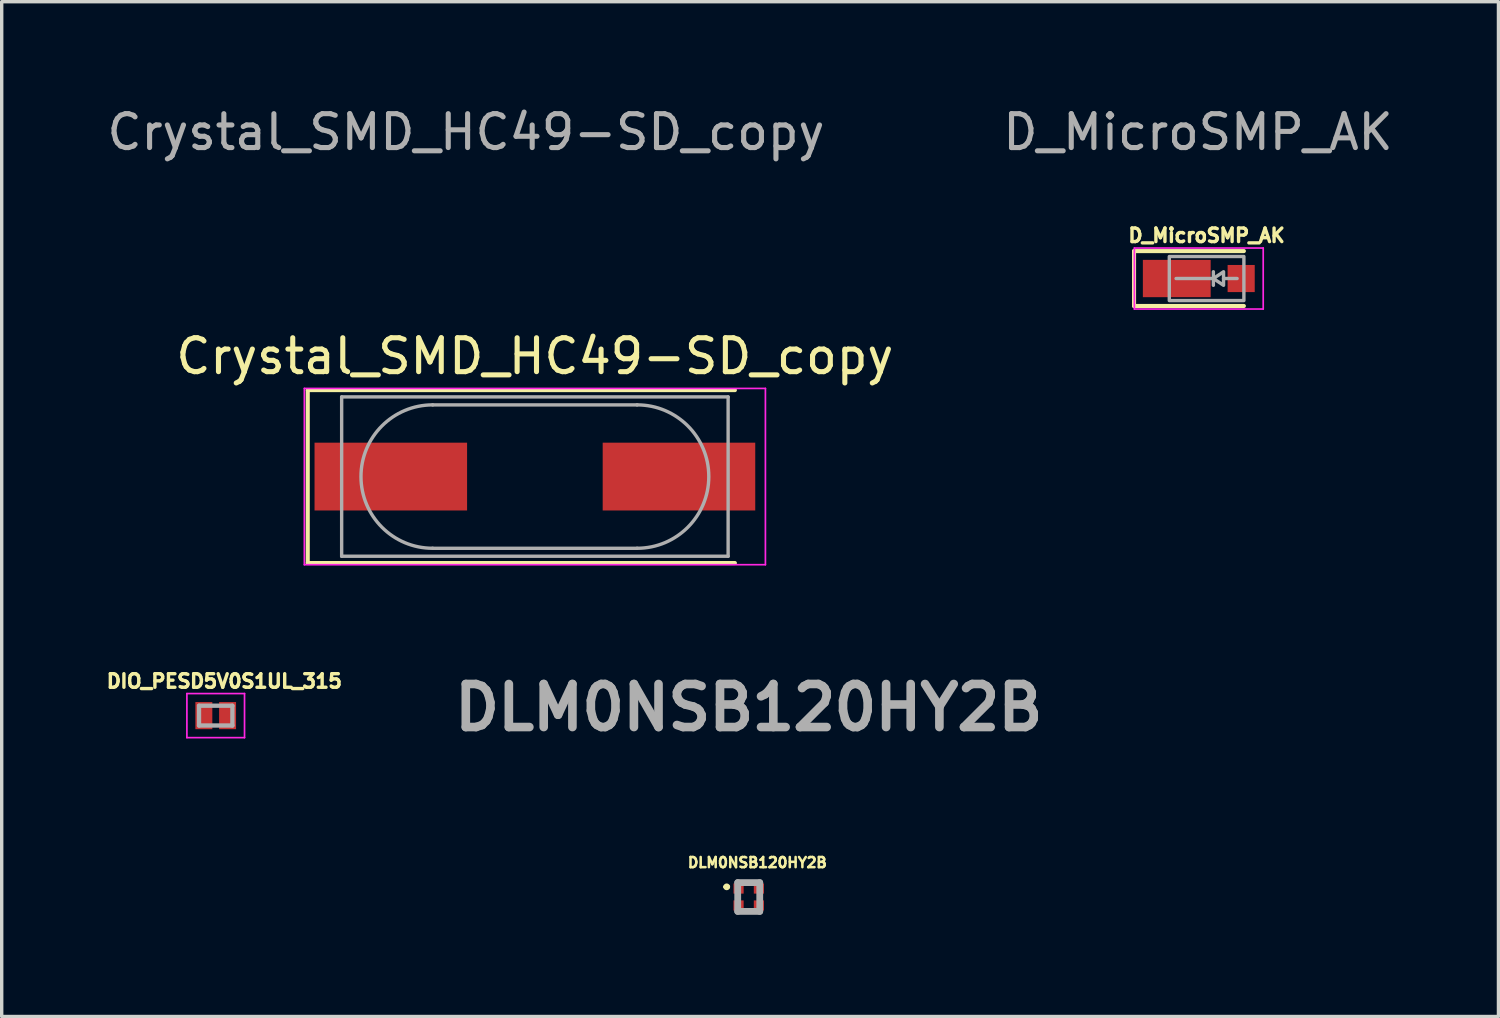
<source format=kicad_pcb>
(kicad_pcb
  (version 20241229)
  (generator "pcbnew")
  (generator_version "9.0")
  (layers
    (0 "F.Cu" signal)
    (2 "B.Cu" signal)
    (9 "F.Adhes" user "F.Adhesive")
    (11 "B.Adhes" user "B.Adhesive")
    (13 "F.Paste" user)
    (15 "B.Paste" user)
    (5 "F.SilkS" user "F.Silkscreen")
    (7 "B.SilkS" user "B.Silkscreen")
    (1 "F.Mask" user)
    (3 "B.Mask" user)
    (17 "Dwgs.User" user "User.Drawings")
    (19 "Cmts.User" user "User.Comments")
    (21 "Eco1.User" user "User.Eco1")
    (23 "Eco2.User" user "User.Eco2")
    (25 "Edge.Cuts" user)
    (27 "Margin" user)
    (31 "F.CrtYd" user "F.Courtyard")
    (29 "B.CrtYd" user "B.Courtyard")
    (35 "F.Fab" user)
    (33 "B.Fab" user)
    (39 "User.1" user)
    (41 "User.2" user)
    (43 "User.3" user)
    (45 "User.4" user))
  (footprint "DLM0NSB120HY2B"
    (layer "F.Cu")
    (at 19.036 23.41)
    (property "Reference" "DLM0NSB120HY2B" (at 0.254 -1.016 0) (layer "F.SilkS") (effects (font (size 0.3 0.3) (thickness 0.075))))
    (attr smd)
    (fp_line (start -0.7 -0.3) (end -0.7 -0.3) (stroke (width 0.1) (type solid)) (layer "F.SilkS"))
    (fp_line (start -0.6 -0.3) (end -0.6 -0.3) (stroke (width 0.1) (type solid)) (layer "F.SilkS"))
    (fp_line (start -0.1 -0.425) (end 0.1 -0.425) (stroke (width 0.1) (type solid)) (layer "F.SilkS"))
    (fp_line (start -0.1 0.425) (end 0.1 0.425) (stroke (width 0.1) (type solid)) (layer "F.SilkS"))
    (fp_arc (start -0.7 -0.3) (mid -0.65 -0.35) (end -0.6 -0.3) (stroke (width 0.1) (type solid)) (layer "F.SilkS"))
    (fp_arc (start -0.6 -0.3) (mid -0.65 -0.25) (end -0.7 -0.3) (stroke (width 0.1) (type solid)) (layer "F.SilkS"))
    (fp_line (start -0.325 -0.425) (end 0.325 -0.425) (stroke (width 0.2) (type solid)) (layer "F.Fab"))
    (fp_line (start -0.325 0.425) (end -0.325 -0.425) (stroke (width 0.2) (type solid)) (layer "F.Fab"))
    (fp_line (start 0.325 -0.425) (end 0.325 0.425) (stroke (width 0.2) (type solid)) (layer "F.Fab"))
    (fp_line (start 0.325 0.425) (end -0.325 0.425) (stroke (width 0.2) (type solid)) (layer "F.Fab"))
    (fp_text user "${REFERENCE}" (at 0 -5.588 0) (layer "F.Fab") (effects (font (size 1.27 1.27) (thickness 0.254))))
    (pad "1" smd rect (at -0.3 -0.25 90) (size 0.3 0.3) (layers "F.Cu" "F.Mask" "F.Paste"))
    (pad "2" smd rect (at 0.3 -0.25 90) (size 0.3 0.3) (layers "F.Cu" "F.Mask" "F.Paste"))
    (pad "3" smd rect (at 0.3 0.25 90) (size 0.3 0.3) (layers "F.Cu" "F.Mask" "F.Paste"))
    (pad "4" smd rect (at -0.3 0.25 90) (size 0.3 0.3) (layers "F.Cu" "F.Mask" "F.Paste")))
  (footprint "DIO_PESD5V0S1UL_315"
    (layer "F.Cu")
    (at 3.313 18.059)
    (property "Reference" "DIO_PESD5V0S1UL_315" (at 0.254 -1.016 0) (layer "F.SilkS") (effects (font (size 0.4 0.4) (thickness 0.1))))
    (attr smd)
    (fp_poly (pts (xy -0.15 -0.3) (xy -0.15 0.3) (xy -0.15 0.303) (xy -0.15 0.305) (xy -0.151 0.308) (xy -0.151 0.31) (xy -0.152 0.313) (xy -0.152 0.315) (xy -0.153 0.318) (xy -0.154 0.32) (xy -0.155 0.323) (xy -0.157 0.325) (xy -0.158 0.327) (xy -0.16 0.329) (xy -0.161 0.331) (xy -0.163 0.333) (xy -0.165 0.335) (xy -0.167 0.337) (xy -0.169 0.339) (xy -0.171 0.34) (xy -0.173 0.342) (xy -0.175 0.343) (xy -0.177 0.345) (xy -0.18 0.346) (xy -0.182 0.347) (xy -0.185 0.348) (xy -0.187 0.348) (xy -0.19 0.349) (xy -0.192 0.349) (xy -0.195 0.35) (xy -0.197 0.35) (xy -0.2 0.35) (xy -0.5 0.35) (xy -0.503 0.35) (xy -0.505 0.35) (xy -0.508 0.349) (xy -0.51 0.349) (xy -0.513 0.348) (xy -0.515 0.348) (xy -0.518 0.347) (xy -0.52 0.346) (xy -0.523 0.345) (xy -0.525 0.343) (xy -0.527 0.342) (xy -0.529 0.34) (xy -0.531 0.339) (xy -0.533 0.337) (xy -0.535 0.335) (xy -0.537 0.333) (xy -0.539 0.331) (xy -0.54 0.329) (xy -0.542 0.327) (xy -0.543 0.325) (xy -0.545 0.323) (xy -0.546 0.32) (xy -0.547 0.318) (xy -0.548 0.315) (xy -0.548 0.313) (xy -0.549 0.31) (xy -0.549 0.308) (xy -0.55 0.305) (xy -0.55 0.303) (xy -0.55 0.3) (xy -0.55 -0.3) (xy -0.55 -0.303) (xy -0.55 -0.305) (xy -0.549 -0.308) (xy -0.549 -0.31) (xy -0.548 -0.313) (xy -0.548 -0.315) (xy -0.547 -0.318) (xy -0.546 -0.32) (xy -0.545 -0.323) (xy -0.543 -0.325) (xy -0.542 -0.327) (xy -0.54 -0.329) (xy -0.539 -0.331) (xy -0.537 -0.333) (xy -0.535 -0.335) (xy -0.533 -0.337) (xy -0.531 -0.339) (xy -0.529 -0.34) (xy -0.527 -0.342) (xy -0.525 -0.343) (xy -0.523 -0.345) (xy -0.52 -0.346) (xy -0.518 -0.347) (xy -0.515 -0.348) (xy -0.513 -0.348) (xy -0.51 -0.349) (xy -0.508 -0.349) (xy -0.505 -0.35) (xy -0.503 -0.35) (xy -0.5 -0.35) (xy -0.2 -0.35) (xy -0.197 -0.35) (xy -0.195 -0.35) (xy -0.192 -0.349) (xy -0.19 -0.349) (xy -0.187 -0.348) (xy -0.185 -0.348) (xy -0.182 -0.347) (xy -0.18 -0.346) (xy -0.177 -0.345) (xy -0.175 -0.343) (xy -0.173 -0.342) (xy -0.171 -0.34) (xy -0.169 -0.339) (xy -0.167 -0.337) (xy -0.165 -0.335) (xy -0.163 -0.333) (xy -0.161 -0.331) (xy -0.16 -0.329) (xy -0.158 -0.327) (xy -0.157 -0.325) (xy -0.155 -0.323) (xy -0.154 -0.32) (xy -0.153 -0.318) (xy -0.152 -0.315) (xy -0.152 -0.313) (xy -0.151 -0.31) (xy -0.151 -0.308) (xy -0.15 -0.305) (xy -0.15 -0.303) (xy -0.15 -0.3)) (stroke (width 0.01) (type solid)) (fill yes) (layer "F.Mask"))
    (fp_poly (pts (xy 0.55 -0.3) (xy 0.55 0.3) (xy 0.55 0.303) (xy 0.55 0.305) (xy 0.549 0.308) (xy 0.549 0.31) (xy 0.548 0.313) (xy 0.548 0.315) (xy 0.547 0.318) (xy 0.546 0.32) (xy 0.545 0.323) (xy 0.543 0.325) (xy 0.542 0.327) (xy 0.54 0.329) (xy 0.539 0.331) (xy 0.537 0.333) (xy 0.535 0.335) (xy 0.533 0.337) (xy 0.531 0.339) (xy 0.529 0.34) (xy 0.527 0.342) (xy 0.525 0.343) (xy 0.523 0.345) (xy 0.52 0.346) (xy 0.518 0.347) (xy 0.515 0.348) (xy 0.513 0.348) (xy 0.51 0.349) (xy 0.508 0.349) (xy 0.505 0.35) (xy 0.503 0.35) (xy 0.5 0.35) (xy 0.2 0.35) (xy 0.197 0.35) (xy 0.195 0.35) (xy 0.192 0.349) (xy 0.19 0.349) (xy 0.187 0.348) (xy 0.185 0.348) (xy 0.182 0.347) (xy 0.18 0.346) (xy 0.177 0.345) (xy 0.175 0.343) (xy 0.173 0.342) (xy 0.171 0.34) (xy 0.169 0.339) (xy 0.167 0.337) (xy 0.165 0.335) (xy 0.163 0.333) (xy 0.161 0.331) (xy 0.16 0.329) (xy 0.158 0.327) (xy 0.157 0.325) (xy 0.155 0.323) (xy 0.154 0.32) (xy 0.153 0.318) (xy 0.152 0.315) (xy 0.152 0.313) (xy 0.151 0.31) (xy 0.151 0.308) (xy 0.15 0.305) (xy 0.15 0.303) (xy 0.15 0.3) (xy 0.15 -0.3) (xy 0.15 -0.303) (xy 0.15 -0.305) (xy 0.151 -0.308) (xy 0.151 -0.31) (xy 0.152 -0.313) (xy 0.152 -0.315) (xy 0.153 -0.318) (xy 0.154 -0.32) (xy 0.155 -0.323) (xy 0.157 -0.325) (xy 0.158 -0.327) (xy 0.16 -0.329) (xy 0.161 -0.331) (xy 0.163 -0.333) (xy 0.165 -0.335) (xy 0.167 -0.337) (xy 0.169 -0.339) (xy 0.171 -0.34) (xy 0.173 -0.342) (xy 0.175 -0.343) (xy 0.177 -0.345) (xy 0.18 -0.346) (xy 0.182 -0.347) (xy 0.185 -0.348) (xy 0.187 -0.348) (xy 0.19 -0.349) (xy 0.192 -0.349) (xy 0.195 -0.35) (xy 0.197 -0.35) (xy 0.2 -0.35) (xy 0.5 -0.35) (xy 0.503 -0.35) (xy 0.505 -0.35) (xy 0.508 -0.349) (xy 0.51 -0.349) (xy 0.513 -0.348) (xy 0.515 -0.348) (xy 0.518 -0.347) (xy 0.52 -0.346) (xy 0.523 -0.345) (xy 0.525 -0.343) (xy 0.527 -0.342) (xy 0.529 -0.34) (xy 0.531 -0.339) (xy 0.533 -0.337) (xy 0.535 -0.335) (xy 0.537 -0.333) (xy 0.539 -0.331) (xy 0.54 -0.329) (xy 0.542 -0.327) (xy 0.543 -0.325) (xy 0.545 -0.323) (xy 0.546 -0.32) (xy 0.547 -0.318) (xy 0.548 -0.315) (xy 0.548 -0.313) (xy 0.549 -0.31) (xy 0.549 -0.308) (xy 0.55 -0.305) (xy 0.55 -0.303) (xy 0.55 -0.3)) (stroke (width 0.01) (type solid)) (fill yes) (layer "F.Mask"))
    (fp_poly (pts (xy -0.5 -0.3) (xy -0.2 -0.3) (xy -0.2 0.3) (xy -0.5 0.3)) (stroke (width 0.01) (type solid)) (fill yes) (layer "F.Paste"))
    (fp_poly (pts (xy 0.2 -0.3) (xy 0.5 -0.3) (xy 0.5 0.3) (xy 0.2 0.3)) (stroke (width 0.01) (type solid)) (fill yes) (layer "F.Paste"))
    (fp_line (start -0.85 -0.65) (end 0.85 -0.65) (stroke (width 0.05) (type solid)) (layer "F.CrtYd"))
    (fp_line (start -0.85 0.65) (end -0.85 -0.65) (stroke (width 0.05) (type solid)) (layer "F.CrtYd"))
    (fp_line (start 0.85 -0.65) (end 0.85 0.65) (stroke (width 0.05) (type solid)) (layer "F.CrtYd"))
    (fp_line (start 0.85 0.65) (end -0.85 0.65) (stroke (width 0.05) (type solid)) (layer "F.CrtYd"))
    (fp_line (start -0.492 -0.292) (end 0.492 -0.292) (stroke (width 0.127) (type solid)) (layer "F.Fab"))
    (fp_line (start -0.492 0.292) (end -0.492 -0.292) (stroke (width 0.127) (type solid)) (layer "F.Fab"))
    (fp_line (start 0.492 -0.292) (end 0.492 0.292) (stroke (width 0.127) (type solid)) (layer "F.Fab"))
    (fp_line (start 0.492 0.292) (end -0.492 0.292) (stroke (width 0.127) (type solid)) (layer "F.Fab"))
    (pad "1" smd rect (at -0.35 0) (size 0.5 0.8) (layers "F.Cu"))
    (pad "2" smd rect (at 0.35 0) (size 0.5 0.8) (layers "F.Cu")))
  (footprint "Crystal_SMD_HC49-SD_copy"
    (layer "F.Cu")
    (at 12.728 11.008)
    (property "Reference" "Crystal_SMD_HC49-SD_copy" (at 0 -3.55 0) (layer "F.SilkS") (effects (font (size 1 1) (thickness 0.15))))
    (attr smd)
    (fp_line (start -6.7 -2.55) (end -6.7 2.55) (stroke (width 0.12) (type solid)) (layer "F.SilkS"))
    (fp_line (start -6.7 2.55) (end 5.9 2.55) (stroke (width 0.12) (type solid)) (layer "F.SilkS"))
    (fp_line (start 5.9 -2.55) (end -6.7 -2.55) (stroke (width 0.12) (type solid)) (layer "F.SilkS"))
    (fp_line (start -6.8 -2.6) (end -6.8 2.6) (stroke (width 0.05) (type solid)) (layer "F.CrtYd"))
    (fp_line (start -6.8 2.6) (end 6.8 2.6) (stroke (width 0.05) (type solid)) (layer "F.CrtYd"))
    (fp_line (start 6.8 -2.6) (end -6.8 -2.6) (stroke (width 0.05) (type solid)) (layer "F.CrtYd"))
    (fp_line (start 6.8 2.6) (end 6.8 -2.6) (stroke (width 0.05) (type solid)) (layer "F.CrtYd"))
    (fp_line (start -5.7 -2.35) (end -5.7 2.35) (stroke (width 0.1) (type solid)) (layer "F.Fab"))
    (fp_line (start -5.7 2.35) (end 5.7 2.35) (stroke (width 0.1) (type solid)) (layer "F.Fab"))
    (fp_line (start -3.015 -2.115) (end 3.015 -2.115) (stroke (width 0.1) (type solid)) (layer "F.Fab"))
    (fp_line (start -3.015 2.115) (end 3.015 2.115) (stroke (width 0.1) (type solid)) (layer "F.Fab"))
    (fp_line (start 5.7 -2.35) (end -5.7 -2.35) (stroke (width 0.1) (type solid)) (layer "F.Fab"))
    (fp_line (start 5.7 2.35) (end 5.7 -2.35) (stroke (width 0.1) (type solid)) (layer "F.Fab"))
    (fp_arc (start -3.015 2.115) (mid -5.13 0) (end -3.015 -2.115) (stroke (width 0.1) (type solid)) (layer "F.Fab"))
    (fp_arc (start 3.015 -2.115) (mid 5.13 0) (end 3.015 2.115) (stroke (width 0.1) (type solid)) (layer "F.Fab"))
    (fp_text user "${REFERENCE}" (at -2.032 -10.16 0) (layer "F.Fab") (effects (font (size 1 1) (thickness 0.15))))
    (pad "1" smd rect (at -4.25 0) (size 4.5 2) (layers "F.Cu" "F.Mask" "F.Paste"))
    (pad "2" smd rect (at 4.25 0) (size 4.5 2) (layers "F.Cu" "F.Mask" "F.Paste")))
  (footprint "D_MicroSMP_AK"
    (layer "F.Cu")
    (at 32.542 5.166)
    (property "Reference" "D_MicroSMP_AK" (at 0 -1.27 0) (unlocked yes) (layer "F.SilkS") (effects (font (size 0.4 0.4) (thickness 0.1))))
    (attr smd)
    (fp_line (start -2.14 -0.81) (end -2.14 0.81) (stroke (width 0.12) (type solid)) (layer "F.SilkS"))
    (fp_line (start -2.14 -0.81) (end 1.1 -0.81) (stroke (width 0.12) (type solid)) (layer "F.SilkS"))
    (fp_line (start -2.14 0.81) (end 1.1 0.81) (stroke (width 0.12) (type solid)) (layer "F.SilkS"))
    (fp_line (start -2.13 -0.9) (end -2.13 0.9) (stroke (width 0.05) (type solid)) (layer "F.CrtYd"))
    (fp_line (start -2.13 -0.9) (end 1.67 -0.9) (stroke (width 0.05) (type solid)) (layer "F.CrtYd"))
    (fp_line (start -2.13 0.9) (end 1.67 0.9) (stroke (width 0.05) (type solid)) (layer "F.CrtYd"))
    (fp_line (start 1.67 -0.9) (end 1.67 0.9) (stroke (width 0.05) (type solid)) (layer "F.CrtYd"))
    (fp_line (start 0.2 -0.2) (end 0.2 0.2) (stroke (width 0.1) (type solid)) (layer "F.Fab"))
    (fp_line (start 0.2 0) (end -0.9 0) (stroke (width 0.1) (type solid)) (layer "F.Fab"))
    (fp_line (start 0.9 0) (end 0.5 0) (stroke (width 0.1) (type solid)) (layer "F.Fab"))
    (fp_rect (start -1.1 -0.65) (end 1.1 0.65) (stroke (width 0.1) (type solid)) (fill no) (layer "F.Fab"))
    (fp_poly (pts (xy 0.5 0.2) (xy 0.2 0) (xy 0.5 -0.2)) (stroke (width 0.1) (type solid)) (fill no) (layer "F.Fab"))
    (fp_text user "${REFERENCE}" (at -0.254 -4.318 0) (unlocked yes) (layer "F.Fab") (effects (font (size 1 1) (thickness 0.15))))
    (pad "1" smd rect (at -0.88 0) (size 2 1.1) (layers "F.Cu" "F.Mask" "F.Paste"))
    (pad "2" smd rect (at 1.02 0) (size 0.8 0.8) (layers "F.Cu" "F.Mask" "F.Paste")))
  (gr_rect
    (start -3 -3)
    (end 41.151 26.935)
    (stroke (width 0.1) (type default))
    (fill no)
    (layer "Edge.Cuts")))
</source>
